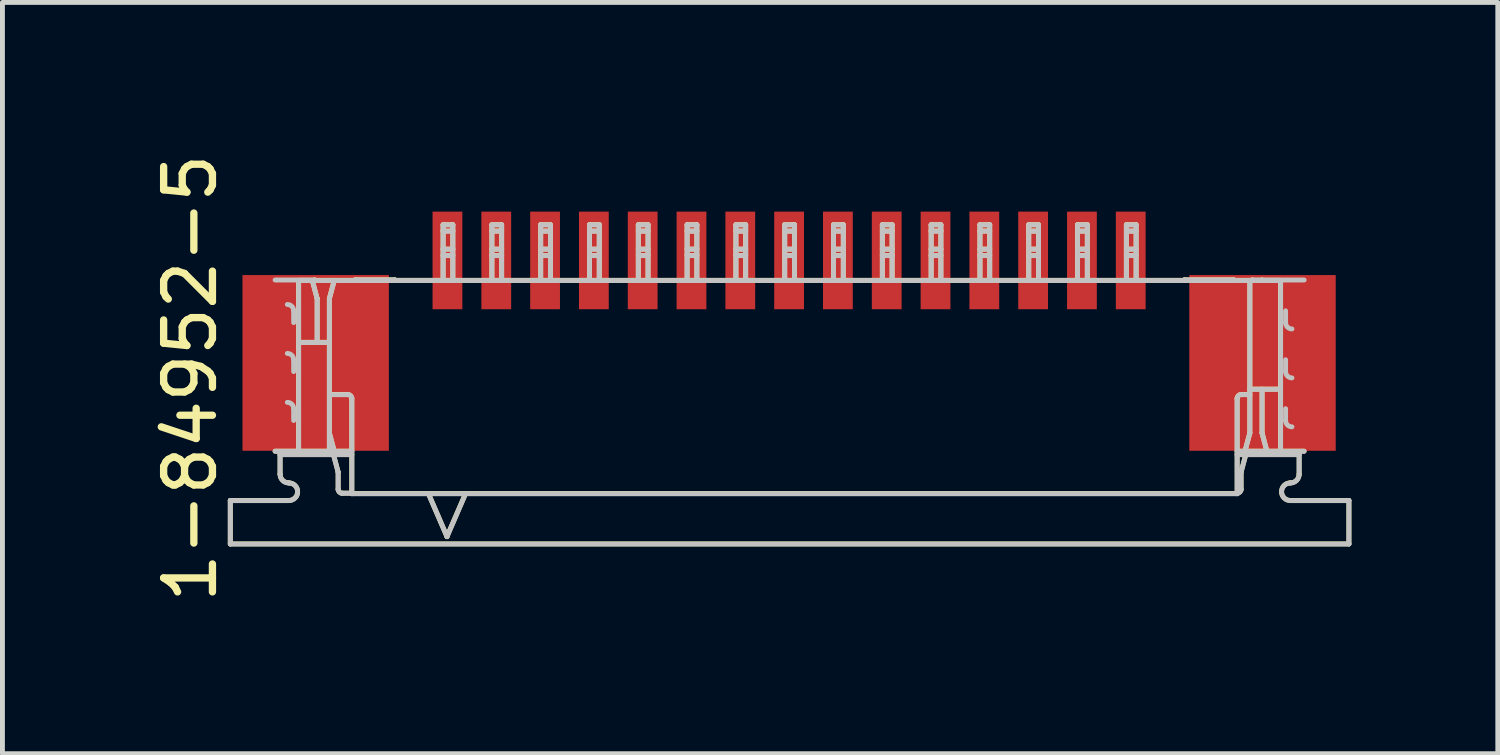
<source format=kicad_pcb>
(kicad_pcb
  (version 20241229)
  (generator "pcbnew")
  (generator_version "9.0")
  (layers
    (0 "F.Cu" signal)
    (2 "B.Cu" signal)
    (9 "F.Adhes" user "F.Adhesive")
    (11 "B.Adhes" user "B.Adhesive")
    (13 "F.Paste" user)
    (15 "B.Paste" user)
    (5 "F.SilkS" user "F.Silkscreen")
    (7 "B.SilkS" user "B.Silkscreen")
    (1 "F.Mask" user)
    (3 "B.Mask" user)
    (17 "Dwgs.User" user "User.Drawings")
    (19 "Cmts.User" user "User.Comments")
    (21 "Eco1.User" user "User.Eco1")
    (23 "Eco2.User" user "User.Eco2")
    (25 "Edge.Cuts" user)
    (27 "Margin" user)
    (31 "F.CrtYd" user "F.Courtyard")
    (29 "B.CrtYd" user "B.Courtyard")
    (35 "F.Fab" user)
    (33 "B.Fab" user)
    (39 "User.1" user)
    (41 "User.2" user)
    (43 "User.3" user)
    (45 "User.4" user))
  (footprint "1-84952-5"
    (layer "F.Cu")
    (at 13.148 4.496)
    (property "Reference" "1-84952-5" (at -12.3 0.2 90) (layer "F.SilkS") (effects (font (size 1 1) (thickness 0.15))))
    (attr through_hole)
    (fp_line (start -11.48 2.708) (end -11.48 3.598) (stroke (width 0.1) (type solid)) (layer "F.SilkS"))
    (fp_line (start -11.48 3.598) (end 11.44 3.598) (stroke (width 0.1) (type solid)) (layer "F.SilkS"))
    (fp_line (start -10.562 1.698) (end -9.45 1.698) (stroke (width 0.1) (type solid)) (layer "F.SilkS"))
    (fp_line (start -10.46 1.768) (end -10.46 2.167) (stroke (width 0.1) (type solid)) (layer "F.SilkS"))
    (fp_line (start -10.46 1.768) (end -8.99 1.768) (stroke (width 0.1) (type solid)) (layer "F.SilkS"))
    (fp_line (start -10.28 2.708) (end -11.48 2.708) (stroke (width 0.1) (type solid)) (layer "F.SilkS"))
    (fp_line (start -10.08 -1.802) (end 10.04 -1.802) (stroke (width 0.1) (type solid)) (layer "F.SilkS"))
    (fp_line (start -10.08 1.698) (end -10.08 -1.802) (stroke (width 0.1) (type solid)) (layer "F.SilkS"))
    (fp_line (start -9.8 -1.802) (end -9.7 -1.429) (stroke (width 0.1) (type solid)) (layer "F.SilkS"))
    (fp_line (start -9.749 -1.802) (end -9.752 -1.812) (stroke (width 0.1) (type solid)) (layer "F.SilkS"))
    (fp_line (start -9.7 -1.429) (end -9.7 -0.532) (stroke (width 0.1) (type solid)) (layer "F.SilkS"))
    (fp_line (start -9.45 -1.429) (end -9.35 -1.802) (stroke (width 0.1) (type solid)) (layer "F.SilkS"))
    (fp_line (start -9.45 -0.532) (end -10.08 -0.532) (stroke (width 0.1) (type solid)) (layer "F.SilkS"))
    (fp_line (start -9.45 1.324) (end -9.35 1.698) (stroke (width 0.1) (type solid)) (layer "F.SilkS"))
    (fp_line (start -9.45 1.698) (end -9.45 -1.429) (stroke (width 0.1) (type solid)) (layer "F.SilkS"))
    (fp_line (start -9.27 2.127) (end -9.366 1.768) (stroke (width 0.1) (type solid)) (layer "F.SilkS"))
    (fp_line (start -9.27 2.478) (end -9.27 2.127) (stroke (width 0.1) (type solid)) (layer "F.SilkS"))
    (fp_line (start -9.07 0.537) (end -9.45 0.537) (stroke (width 0.1) (type solid)) (layer "F.SilkS"))
    (fp_line (start -8.99 0.618) (end -8.99 2.567) (stroke (width 0.1) (type solid)) (layer "F.SilkS"))
    (fp_line (start -8.99 1.698) (end -9.35 1.698) (stroke (width 0.1) (type solid)) (layer "F.SilkS"))
    (fp_line (start -8.99 2.558) (end -9.19 2.558) (stroke (width 0.1) (type solid)) (layer "F.SilkS"))
    (fp_line (start -8.92 -1.812) (end -8.92 -1.802) (stroke (width 0.1) (type solid)) (layer "F.SilkS"))
    (fp_line (start -8.11 -1.812) (end -8.92 -1.812) (stroke (width 0.1) (type solid)) (layer "F.SilkS"))
    (fp_line (start -8.11 -1.812) (end -8.11 -1.802) (stroke (width 0.1) (type solid)) (layer "F.SilkS"))
    (fp_line (start -7.42 2.567) (end -7.04 3.447) (stroke (width 0.1) (type solid)) (layer "F.SilkS"))
    (fp_line (start -7.12 -2.942) (end -7.12 -1.802) (stroke (width 0.1) (type solid)) (layer "F.SilkS"))
    (fp_line (start -7.12 -2.942) (end -6.92 -2.942) (stroke (width 0.1) (type solid)) (layer "F.SilkS"))
    (fp_line (start -7.12 -2.812) (end -6.92 -2.812) (stroke (width 0.1) (type solid)) (layer "F.SilkS"))
    (fp_line (start -7.12 -2.442) (end -6.92 -2.442) (stroke (width 0.1) (type solid)) (layer "F.SilkS"))
    (fp_line (start -7.12 -2.312) (end -6.92 -2.312) (stroke (width 0.1) (type solid)) (layer "F.SilkS"))
    (fp_line (start -7.04 3.447) (end -6.66 2.567) (stroke (width 0.1) (type solid)) (layer "F.SilkS"))
    (fp_line (start -6.92 -2.942) (end -6.92 -1.802) (stroke (width 0.1) (type solid)) (layer "F.SilkS"))
    (fp_line (start -6.12 -2.942) (end -6.12 -1.802) (stroke (width 0.1) (type solid)) (layer "F.SilkS"))
    (fp_line (start -6.12 -2.942) (end -5.92 -2.942) (stroke (width 0.1) (type solid)) (layer "F.SilkS"))
    (fp_line (start -6.12 -2.812) (end -5.92 -2.812) (stroke (width 0.1) (type solid)) (layer "F.SilkS"))
    (fp_line (start -6.12 -2.442) (end -5.92 -2.442) (stroke (width 0.1) (type solid)) (layer "F.SilkS"))
    (fp_line (start -6.12 -2.312) (end -5.92 -2.312) (stroke (width 0.1) (type solid)) (layer "F.SilkS"))
    (fp_line (start -5.92 -2.942) (end -5.92 -1.802) (stroke (width 0.1) (type solid)) (layer "F.SilkS"))
    (fp_line (start -5.12 -2.942) (end -5.12 -1.802) (stroke (width 0.1) (type solid)) (layer "F.SilkS"))
    (fp_line (start -5.12 -2.942) (end -4.92 -2.942) (stroke (width 0.1) (type solid)) (layer "F.SilkS"))
    (fp_line (start -5.12 -2.812) (end -4.92 -2.812) (stroke (width 0.1) (type solid)) (layer "F.SilkS"))
    (fp_line (start -5.12 -2.442) (end -4.92 -2.442) (stroke (width 0.1) (type solid)) (layer "F.SilkS"))
    (fp_line (start -5.12 -2.312) (end -4.92 -2.312) (stroke (width 0.1) (type solid)) (layer "F.SilkS"))
    (fp_line (start -4.92 -2.942) (end -4.92 -1.802) (stroke (width 0.1) (type solid)) (layer "F.SilkS"))
    (fp_line (start -4.12 -2.942) (end -4.12 -1.802) (stroke (width 0.1) (type solid)) (layer "F.SilkS"))
    (fp_line (start -4.12 -2.942) (end -3.92 -2.942) (stroke (width 0.1) (type solid)) (layer "F.SilkS"))
    (fp_line (start -4.12 -2.812) (end -3.92 -2.812) (stroke (width 0.1) (type solid)) (layer "F.SilkS"))
    (fp_line (start -4.12 -2.442) (end -3.92 -2.442) (stroke (width 0.1) (type solid)) (layer "F.SilkS"))
    (fp_line (start -4.12 -2.312) (end -3.92 -2.312) (stroke (width 0.1) (type solid)) (layer "F.SilkS"))
    (fp_line (start -3.92 -2.942) (end -3.92 -1.802) (stroke (width 0.1) (type solid)) (layer "F.SilkS"))
    (fp_line (start -3.12 -2.942) (end -3.12 -1.802) (stroke (width 0.1) (type solid)) (layer "F.SilkS"))
    (fp_line (start -3.12 -2.942) (end -2.92 -2.942) (stroke (width 0.1) (type solid)) (layer "F.SilkS"))
    (fp_line (start -3.12 -2.812) (end -2.92 -2.812) (stroke (width 0.1) (type solid)) (layer "F.SilkS"))
    (fp_line (start -3.12 -2.442) (end -2.92 -2.442) (stroke (width 0.1) (type solid)) (layer "F.SilkS"))
    (fp_line (start -3.12 -2.312) (end -2.92 -2.312) (stroke (width 0.1) (type solid)) (layer "F.SilkS"))
    (fp_line (start -2.92 -2.942) (end -2.92 -1.802) (stroke (width 0.1) (type solid)) (layer "F.SilkS"))
    (fp_line (start -2.12 -2.942) (end -2.12 -1.802) (stroke (width 0.1) (type solid)) (layer "F.SilkS"))
    (fp_line (start -2.12 -2.942) (end -1.92 -2.942) (stroke (width 0.1) (type solid)) (layer "F.SilkS"))
    (fp_line (start -2.12 -2.812) (end -1.92 -2.812) (stroke (width 0.1) (type solid)) (layer "F.SilkS"))
    (fp_line (start -2.12 -2.442) (end -1.92 -2.442) (stroke (width 0.1) (type solid)) (layer "F.SilkS"))
    (fp_line (start -2.12 -2.312) (end -1.92 -2.312) (stroke (width 0.1) (type solid)) (layer "F.SilkS"))
    (fp_line (start -1.92 -2.942) (end -1.92 -1.802) (stroke (width 0.1) (type solid)) (layer "F.SilkS"))
    (fp_line (start -1.12 -2.942) (end -1.12 -1.802) (stroke (width 0.1) (type solid)) (layer "F.SilkS"))
    (fp_line (start -1.12 -2.942) (end -0.92 -2.942) (stroke (width 0.1) (type solid)) (layer "F.SilkS"))
    (fp_line (start -1.12 -2.812) (end -0.92 -2.812) (stroke (width 0.1) (type solid)) (layer "F.SilkS"))
    (fp_line (start -1.12 -2.442) (end -0.92 -2.442) (stroke (width 0.1) (type solid)) (layer "F.SilkS"))
    (fp_line (start -1.12 -2.312) (end -0.92 -2.312) (stroke (width 0.1) (type solid)) (layer "F.SilkS"))
    (fp_line (start -0.92 -2.942) (end -0.92 -1.802) (stroke (width 0.1) (type solid)) (layer "F.SilkS"))
    (fp_line (start -0.12 -2.942) (end -0.12 -1.802) (stroke (width 0.1) (type solid)) (layer "F.SilkS"))
    (fp_line (start -0.12 -2.942) (end 0.08 -2.942) (stroke (width 0.1) (type solid)) (layer "F.SilkS"))
    (fp_line (start -0.12 -2.812) (end 0.08 -2.812) (stroke (width 0.1) (type solid)) (layer "F.SilkS"))
    (fp_line (start -0.12 -2.442) (end 0.08 -2.442) (stroke (width 0.1) (type solid)) (layer "F.SilkS"))
    (fp_line (start -0.12 -2.312) (end 0.08 -2.312) (stroke (width 0.1) (type solid)) (layer "F.SilkS"))
    (fp_line (start 0.08 -2.942) (end 0.08 -1.802) (stroke (width 0.1) (type solid)) (layer "F.SilkS"))
    (fp_line (start 0.88 -2.942) (end 0.88 -1.802) (stroke (width 0.1) (type solid)) (layer "F.SilkS"))
    (fp_line (start 0.88 -2.942) (end 1.08 -2.942) (stroke (width 0.1) (type solid)) (layer "F.SilkS"))
    (fp_line (start 0.88 -2.812) (end 1.08 -2.812) (stroke (width 0.1) (type solid)) (layer "F.SilkS"))
    (fp_line (start 0.88 -2.442) (end 1.08 -2.442) (stroke (width 0.1) (type solid)) (layer "F.SilkS"))
    (fp_line (start 0.88 -2.312) (end 1.08 -2.312) (stroke (width 0.1) (type solid)) (layer "F.SilkS"))
    (fp_line (start 1.08 -2.942) (end 1.08 -1.802) (stroke (width 0.1) (type solid)) (layer "F.SilkS"))
    (fp_line (start 1.88 -2.942) (end 1.88 -1.802) (stroke (width 0.1) (type solid)) (layer "F.SilkS"))
    (fp_line (start 1.88 -2.942) (end 2.08 -2.942) (stroke (width 0.1) (type solid)) (layer "F.SilkS"))
    (fp_line (start 1.88 -2.812) (end 2.08 -2.812) (stroke (width 0.1) (type solid)) (layer "F.SilkS"))
    (fp_line (start 1.88 -2.442) (end 2.08 -2.442) (stroke (width 0.1) (type solid)) (layer "F.SilkS"))
    (fp_line (start 1.88 -2.312) (end 2.08 -2.312) (stroke (width 0.1) (type solid)) (layer "F.SilkS"))
    (fp_line (start 2.08 -2.942) (end 2.08 -1.802) (stroke (width 0.1) (type solid)) (layer "F.SilkS"))
    (fp_line (start 2.88 -2.942) (end 2.88 -1.802) (stroke (width 0.1) (type solid)) (layer "F.SilkS"))
    (fp_line (start 2.88 -2.942) (end 3.08 -2.942) (stroke (width 0.1) (type solid)) (layer "F.SilkS"))
    (fp_line (start 2.88 -2.812) (end 3.08 -2.812) (stroke (width 0.1) (type solid)) (layer "F.SilkS"))
    (fp_line (start 2.88 -2.442) (end 3.08 -2.442) (stroke (width 0.1) (type solid)) (layer "F.SilkS"))
    (fp_line (start 2.88 -2.312) (end 3.08 -2.312) (stroke (width 0.1) (type solid)) (layer "F.SilkS"))
    (fp_line (start 3.08 -2.942) (end 3.08 -1.802) (stroke (width 0.1) (type solid)) (layer "F.SilkS"))
    (fp_line (start 3.88 -2.942) (end 3.88 -1.802) (stroke (width 0.1) (type solid)) (layer "F.SilkS"))
    (fp_line (start 3.88 -2.942) (end 4.08 -2.942) (stroke (width 0.1) (type solid)) (layer "F.SilkS"))
    (fp_line (start 3.88 -2.812) (end 4.08 -2.812) (stroke (width 0.1) (type solid)) (layer "F.SilkS"))
    (fp_line (start 3.88 -2.442) (end 4.08 -2.442) (stroke (width 0.1) (type solid)) (layer "F.SilkS"))
    (fp_line (start 3.88 -2.312) (end 4.08 -2.312) (stroke (width 0.1) (type solid)) (layer "F.SilkS"))
    (fp_line (start 4.08 -2.942) (end 4.08 -1.802) (stroke (width 0.1) (type solid)) (layer "F.SilkS"))
    (fp_line (start 4.88 -2.942) (end 4.88 -1.802) (stroke (width 0.1) (type solid)) (layer "F.SilkS"))
    (fp_line (start 4.88 -2.942) (end 5.08 -2.942) (stroke (width 0.1) (type solid)) (layer "F.SilkS"))
    (fp_line (start 4.88 -2.812) (end 5.08 -2.812) (stroke (width 0.1) (type solid)) (layer "F.SilkS"))
    (fp_line (start 4.88 -2.442) (end 5.08 -2.442) (stroke (width 0.1) (type solid)) (layer "F.SilkS"))
    (fp_line (start 4.88 -2.312) (end 5.08 -2.312) (stroke (width 0.1) (type solid)) (layer "F.SilkS"))
    (fp_line (start 5.08 -2.942) (end 5.08 -1.802) (stroke (width 0.1) (type solid)) (layer "F.SilkS"))
    (fp_line (start 5.88 -2.942) (end 5.88 -1.802) (stroke (width 0.1) (type solid)) (layer "F.SilkS"))
    (fp_line (start 5.88 -2.942) (end 6.08 -2.942) (stroke (width 0.1) (type solid)) (layer "F.SilkS"))
    (fp_line (start 5.88 -2.812) (end 6.08 -2.812) (stroke (width 0.1) (type solid)) (layer "F.SilkS"))
    (fp_line (start 5.88 -2.442) (end 6.08 -2.442) (stroke (width 0.1) (type solid)) (layer "F.SilkS"))
    (fp_line (start 5.88 -2.312) (end 6.08 -2.312) (stroke (width 0.1) (type solid)) (layer "F.SilkS"))
    (fp_line (start 6.08 -2.942) (end 6.08 -1.802) (stroke (width 0.1) (type solid)) (layer "F.SilkS"))
    (fp_line (start 6.88 -2.942) (end 6.88 -1.802) (stroke (width 0.1) (type solid)) (layer "F.SilkS"))
    (fp_line (start 6.88 -2.942) (end 7.08 -2.942) (stroke (width 0.1) (type solid)) (layer "F.SilkS"))
    (fp_line (start 6.88 -2.812) (end 7.08 -2.812) (stroke (width 0.1) (type solid)) (layer "F.SilkS"))
    (fp_line (start 6.88 -2.442) (end 7.08 -2.442) (stroke (width 0.1) (type solid)) (layer "F.SilkS"))
    (fp_line (start 6.88 -2.312) (end 7.08 -2.312) (stroke (width 0.1) (type solid)) (layer "F.SilkS"))
    (fp_line (start 7.08 -2.942) (end 7.08 -1.802) (stroke (width 0.1) (type solid)) (layer "F.SilkS"))
    (fp_line (start 8.07 -1.812) (end 9.08 -1.812) (stroke (width 0.1) (type solid)) (layer "F.SilkS"))
    (fp_line (start 8.07 -1.802) (end 8.07 -1.812) (stroke (width 0.1) (type solid)) (layer "F.SilkS"))
    (fp_line (start 9.08 -1.802) (end 9.08 -1.812) (stroke (width 0.1) (type solid)) (layer "F.SilkS"))
    (fp_line (start 9.15 1.698) (end 10.522 1.698) (stroke (width 0.1) (type solid)) (layer "F.SilkS"))
    (fp_line (start 9.15 2.567) (end -8.99 2.567) (stroke (width 0.1) (type solid)) (layer "F.SilkS"))
    (fp_line (start 9.15 2.567) (end 9.15 0.618) (stroke (width 0.1) (type solid)) (layer "F.SilkS"))
    (fp_line (start 9.23 2.127) (end 9.23 2.478) (stroke (width 0.1) (type solid)) (layer "F.SilkS"))
    (fp_line (start 9.326 1.768) (end 9.23 2.127) (stroke (width 0.1) (type solid)) (layer "F.SilkS"))
    (fp_line (start 9.41 0.427) (end 10.04 0.427) (stroke (width 0.1) (type solid)) (layer "F.SilkS"))
    (fp_line (start 9.41 0.537) (end 9.23 0.537) (stroke (width 0.1) (type solid)) (layer "F.SilkS"))
    (fp_line (start 9.41 1.324) (end 9.31 1.698) (stroke (width 0.1) (type solid)) (layer "F.SilkS"))
    (fp_line (start 9.41 1.324) (end 9.41 -1.802) (stroke (width 0.1) (type solid)) (layer "F.SilkS"))
    (fp_line (start 9.462 -1.802) (end 9.462 -1.812) (stroke (width 0.1) (type solid)) (layer "F.SilkS"))
    (fp_line (start 9.66 -1.812) (end 9.66 -1.802) (stroke (width 0.1) (type solid)) (layer "F.SilkS"))
    (fp_line (start 9.66 0.427) (end 9.66 1.324) (stroke (width 0.1) (type solid)) (layer "F.SilkS"))
    (fp_line (start 9.76 1.698) (end 9.66 1.324) (stroke (width 0.1) (type solid)) (layer "F.SilkS"))
    (fp_line (start 10.04 1.698) (end 10.04 -1.802) (stroke (width 0.1) (type solid)) (layer "F.SilkS"))
    (fp_line (start 10.42 1.768) (end 9.15 1.768) (stroke (width 0.1) (type solid)) (layer "F.SilkS"))
    (fp_line (start 10.42 2.167) (end 10.42 1.768) (stroke (width 0.1) (type solid)) (layer "F.SilkS"))
    (fp_line (start 11.44 2.708) (end 10.24 2.708) (stroke (width 0.1) (type solid)) (layer "F.SilkS"))
    (fp_line (start 11.44 3.598) (end 11.44 2.708) (stroke (width 0.1) (type solid)) (layer "F.SilkS"))
    (fp_arc (start -10.28 2.3475) (mid -10.407279 2.294779) (end -10.46 2.1675) (stroke (width 0.1) (type solid)) (layer "F.SilkS"))
    (fp_arc (start -10.28 2.3475) (mid -10.1 2.5275) (end -10.28 2.7075) (stroke (width 0.1) (type solid)) (layer "F.SilkS"))
    (fp_arc (start -9.19 2.5575) (mid -9.246569 2.534069) (end -9.27 2.4775) (stroke (width 0.1) (type solid)) (layer "F.SilkS"))
    (fp_arc (start -9.07 0.5375) (mid -9.013431 0.560931) (end -8.99 0.6175) (stroke (width 0.1) (type solid)) (layer "F.SilkS"))
    (fp_arc (start 9.15 0.6175) (mid 9.173431 0.560931) (end 9.23 0.5375) (stroke (width 0.1) (type solid)) (layer "F.SilkS"))
    (fp_arc (start 9.23 2.4775) (mid 9.206569 2.534069) (end 9.15 2.5575) (stroke (width 0.1) (type solid)) (layer "F.SilkS"))
    (fp_arc (start 10.24 2.7075) (mid 10.06 2.5275) (end 10.24 2.3475) (stroke (width 0.1) (type solid)) (layer "F.SilkS"))
    (fp_arc (start 10.42 2.1675) (mid 10.367279 2.294779) (end 10.24 2.3475) (stroke (width 0.1) (type solid)) (layer "F.SilkS"))
    (fp_line (start -11.479 2.711) (end -11.479 3.601) (stroke (width 0.1) (type solid)) (layer "Dwgs.User"))
    (fp_line (start -11.479 3.601) (end 11.441 3.601) (stroke (width 0.1) (type solid)) (layer "Dwgs.User"))
    (fp_line (start -10.561 1.701) (end -9.449 1.701) (stroke (width 0.1) (type solid)) (layer "Dwgs.User"))
    (fp_line (start -10.459 1.771) (end -10.459 2.171) (stroke (width 0.1) (type solid)) (layer "Dwgs.User"))
    (fp_line (start -10.459 1.771) (end -8.989 1.771) (stroke (width 0.1) (type solid)) (layer "Dwgs.User"))
    (fp_line (start -10.279 2.711) (end -11.479 2.711) (stroke (width 0.1) (type solid)) (layer "Dwgs.User"))
    (fp_line (start -10.181 -1.177) (end -10.181 -0.936) (stroke (width 0.1) (type solid)) (layer "Dwgs.User"))
    (fp_line (start -10.181 -0.175) (end -10.181 0.067) (stroke (width 0.1) (type solid)) (layer "Dwgs.User"))
    (fp_line (start -10.181 0.828) (end -10.181 1.07) (stroke (width 0.1) (type solid)) (layer "Dwgs.User"))
    (fp_line (start -10.079 -1.799) (end 10.041 -1.799) (stroke (width 0.1) (type solid)) (layer "Dwgs.User"))
    (fp_line (start -10.079 1.701) (end -10.079 -1.799) (stroke (width 0.1) (type solid)) (layer "Dwgs.User"))
    (fp_line (start -9.799 -1.799) (end -9.699 -1.426) (stroke (width 0.1) (type solid)) (layer "Dwgs.User"))
    (fp_line (start -9.751 -1.809) (end -10.561 -1.809) (stroke (width 0.1) (type solid)) (layer "Dwgs.User"))
    (fp_line (start -9.748 -1.799) (end -9.751 -1.809) (stroke (width 0.1) (type solid)) (layer "Dwgs.User"))
    (fp_line (start -9.699 -1.426) (end -9.699 -0.529) (stroke (width 0.1) (type solid)) (layer "Dwgs.User"))
    (fp_line (start -9.449 -1.426) (end -9.349 -1.799) (stroke (width 0.1) (type solid)) (layer "Dwgs.User"))
    (fp_line (start -9.449 -0.529) (end -10.079 -0.529) (stroke (width 0.1) (type solid)) (layer "Dwgs.User"))
    (fp_line (start -9.449 1.328) (end -9.349 1.701) (stroke (width 0.1) (type solid)) (layer "Dwgs.User"))
    (fp_line (start -9.449 1.701) (end -9.449 -1.426) (stroke (width 0.1) (type solid)) (layer "Dwgs.User"))
    (fp_line (start -9.269 2.131) (end -9.365 1.771) (stroke (width 0.1) (type solid)) (layer "Dwgs.User"))
    (fp_line (start -9.269 2.481) (end -9.269 2.131) (stroke (width 0.1) (type solid)) (layer "Dwgs.User"))
    (fp_line (start -9.069 0.541) (end -9.449 0.541) (stroke (width 0.1) (type solid)) (layer "Dwgs.User"))
    (fp_line (start -8.989 0.621) (end -8.989 2.571) (stroke (width 0.1) (type solid)) (layer "Dwgs.User"))
    (fp_line (start -8.989 1.701) (end -9.349 1.701) (stroke (width 0.1) (type solid)) (layer "Dwgs.User"))
    (fp_line (start -8.989 2.561) (end -9.189 2.561) (stroke (width 0.1) (type solid)) (layer "Dwgs.User"))
    (fp_line (start -8.919 -1.809) (end -8.919 -1.799) (stroke (width 0.1) (type solid)) (layer "Dwgs.User"))
    (fp_line (start -8.109 -1.809) (end -8.919 -1.809) (stroke (width 0.1) (type solid)) (layer "Dwgs.User"))
    (fp_line (start -8.109 -1.809) (end -8.109 -1.799) (stroke (width 0.1) (type solid)) (layer "Dwgs.User"))
    (fp_line (start -7.419 2.571) (end -7.039 3.451) (stroke (width 0.1) (type solid)) (layer "Dwgs.User"))
    (fp_line (start -7.119 -2.939) (end -7.119 -1.799) (stroke (width 0.1) (type solid)) (layer "Dwgs.User"))
    (fp_line (start -7.119 -2.939) (end -6.919 -2.939) (stroke (width 0.1) (type solid)) (layer "Dwgs.User"))
    (fp_line (start -7.119 -2.809) (end -6.919 -2.809) (stroke (width 0.1) (type solid)) (layer "Dwgs.User"))
    (fp_line (start -7.119 -2.439) (end -6.919 -2.439) (stroke (width 0.1) (type solid)) (layer "Dwgs.User"))
    (fp_line (start -7.119 -2.309) (end -6.919 -2.309) (stroke (width 0.1) (type solid)) (layer "Dwgs.User"))
    (fp_line (start -7.039 3.451) (end -6.659 2.571) (stroke (width 0.1) (type solid)) (layer "Dwgs.User"))
    (fp_line (start -6.919 -2.939) (end -6.919 -1.799) (stroke (width 0.1) (type solid)) (layer "Dwgs.User"))
    (fp_line (start -6.119 -2.939) (end -6.119 -1.799) (stroke (width 0.1) (type solid)) (layer "Dwgs.User"))
    (fp_line (start -6.119 -2.939) (end -5.919 -2.939) (stroke (width 0.1) (type solid)) (layer "Dwgs.User"))
    (fp_line (start -6.119 -2.809) (end -5.919 -2.809) (stroke (width 0.1) (type solid)) (layer "Dwgs.User"))
    (fp_line (start -6.119 -2.439) (end -5.919 -2.439) (stroke (width 0.1) (type solid)) (layer "Dwgs.User"))
    (fp_line (start -6.119 -2.309) (end -5.919 -2.309) (stroke (width 0.1) (type solid)) (layer "Dwgs.User"))
    (fp_line (start -5.919 -2.939) (end -5.919 -1.799) (stroke (width 0.1) (type solid)) (layer "Dwgs.User"))
    (fp_line (start -5.119 -2.939) (end -5.119 -1.799) (stroke (width 0.1) (type solid)) (layer "Dwgs.User"))
    (fp_line (start -5.119 -2.939) (end -4.919 -2.939) (stroke (width 0.1) (type solid)) (layer "Dwgs.User"))
    (fp_line (start -5.119 -2.809) (end -4.919 -2.809) (stroke (width 0.1) (type solid)) (layer "Dwgs.User"))
    (fp_line (start -5.119 -2.439) (end -4.919 -2.439) (stroke (width 0.1) (type solid)) (layer "Dwgs.User"))
    (fp_line (start -5.119 -2.309) (end -4.919 -2.309) (stroke (width 0.1) (type solid)) (layer "Dwgs.User"))
    (fp_line (start -4.919 -2.939) (end -4.919 -1.799) (stroke (width 0.1) (type solid)) (layer "Dwgs.User"))
    (fp_line (start -4.119 -2.939) (end -4.119 -1.799) (stroke (width 0.1) (type solid)) (layer "Dwgs.User"))
    (fp_line (start -4.119 -2.939) (end -3.919 -2.939) (stroke (width 0.1) (type solid)) (layer "Dwgs.User"))
    (fp_line (start -4.119 -2.809) (end -3.919 -2.809) (stroke (width 0.1) (type solid)) (layer "Dwgs.User"))
    (fp_line (start -4.119 -2.439) (end -3.919 -2.439) (stroke (width 0.1) (type solid)) (layer "Dwgs.User"))
    (fp_line (start -4.119 -2.309) (end -3.919 -2.309) (stroke (width 0.1) (type solid)) (layer "Dwgs.User"))
    (fp_line (start -3.919 -2.939) (end -3.919 -1.799) (stroke (width 0.1) (type solid)) (layer "Dwgs.User"))
    (fp_line (start -3.119 -2.939) (end -3.119 -1.799) (stroke (width 0.1) (type solid)) (layer "Dwgs.User"))
    (fp_line (start -3.119 -2.939) (end -2.919 -2.939) (stroke (width 0.1) (type solid)) (layer "Dwgs.User"))
    (fp_line (start -3.119 -2.809) (end -2.919 -2.809) (stroke (width 0.1) (type solid)) (layer "Dwgs.User"))
    (fp_line (start -3.119 -2.439) (end -2.919 -2.439) (stroke (width 0.1) (type solid)) (layer "Dwgs.User"))
    (fp_line (start -3.119 -2.309) (end -2.919 -2.309) (stroke (width 0.1) (type solid)) (layer "Dwgs.User"))
    (fp_line (start -2.919 -2.939) (end -2.919 -1.799) (stroke (width 0.1) (type solid)) (layer "Dwgs.User"))
    (fp_line (start -2.119 -2.939) (end -2.119 -1.799) (stroke (width 0.1) (type solid)) (layer "Dwgs.User"))
    (fp_line (start -2.119 -2.939) (end -1.919 -2.939) (stroke (width 0.1) (type solid)) (layer "Dwgs.User"))
    (fp_line (start -2.119 -2.809) (end -1.919 -2.809) (stroke (width 0.1) (type solid)) (layer "Dwgs.User"))
    (fp_line (start -2.119 -2.439) (end -1.919 -2.439) (stroke (width 0.1) (type solid)) (layer "Dwgs.User"))
    (fp_line (start -2.119 -2.309) (end -1.919 -2.309) (stroke (width 0.1) (type solid)) (layer "Dwgs.User"))
    (fp_line (start -1.919 -2.939) (end -1.919 -1.799) (stroke (width 0.1) (type solid)) (layer "Dwgs.User"))
    (fp_line (start -1.119 -2.939) (end -1.119 -1.799) (stroke (width 0.1) (type solid)) (layer "Dwgs.User"))
    (fp_line (start -1.119 -2.939) (end -0.919 -2.939) (stroke (width 0.1) (type solid)) (layer "Dwgs.User"))
    (fp_line (start -1.119 -2.809) (end -0.919 -2.809) (stroke (width 0.1) (type solid)) (layer "Dwgs.User"))
    (fp_line (start -1.119 -2.439) (end -0.919 -2.439) (stroke (width 0.1) (type solid)) (layer "Dwgs.User"))
    (fp_line (start -1.119 -2.309) (end -0.919 -2.309) (stroke (width 0.1) (type solid)) (layer "Dwgs.User"))
    (fp_line (start -0.919 -2.939) (end -0.919 -1.799) (stroke (width 0.1) (type solid)) (layer "Dwgs.User"))
    (fp_line (start -0.119 -2.939) (end -0.119 -1.799) (stroke (width 0.1) (type solid)) (layer "Dwgs.User"))
    (fp_line (start -0.119 -2.939) (end 0.081 -2.939) (stroke (width 0.1) (type solid)) (layer "Dwgs.User"))
    (fp_line (start -0.119 -2.809) (end 0.081 -2.809) (stroke (width 0.1) (type solid)) (layer "Dwgs.User"))
    (fp_line (start -0.119 -2.439) (end 0.081 -2.439) (stroke (width 0.1) (type solid)) (layer "Dwgs.User"))
    (fp_line (start -0.119 -2.309) (end 0.081 -2.309) (stroke (width 0.1) (type solid)) (layer "Dwgs.User"))
    (fp_line (start 0.081 -2.939) (end 0.081 -1.799) (stroke (width 0.1) (type solid)) (layer "Dwgs.User"))
    (fp_line (start 0.881 -2.939) (end 0.881 -1.799) (stroke (width 0.1) (type solid)) (layer "Dwgs.User"))
    (fp_line (start 0.881 -2.939) (end 1.081 -2.939) (stroke (width 0.1) (type solid)) (layer "Dwgs.User"))
    (fp_line (start 0.881 -2.809) (end 1.081 -2.809) (stroke (width 0.1) (type solid)) (layer "Dwgs.User"))
    (fp_line (start 0.881 -2.439) (end 1.081 -2.439) (stroke (width 0.1) (type solid)) (layer "Dwgs.User"))
    (fp_line (start 0.881 -2.309) (end 1.081 -2.309) (stroke (width 0.1) (type solid)) (layer "Dwgs.User"))
    (fp_line (start 1.081 -2.939) (end 1.081 -1.799) (stroke (width 0.1) (type solid)) (layer "Dwgs.User"))
    (fp_line (start 1.881 -2.939) (end 1.881 -1.799) (stroke (width 0.1) (type solid)) (layer "Dwgs.User"))
    (fp_line (start 1.881 -2.939) (end 2.081 -2.939) (stroke (width 0.1) (type solid)) (layer "Dwgs.User"))
    (fp_line (start 1.881 -2.809) (end 2.081 -2.809) (stroke (width 0.1) (type solid)) (layer "Dwgs.User"))
    (fp_line (start 1.881 -2.439) (end 2.081 -2.439) (stroke (width 0.1) (type solid)) (layer "Dwgs.User"))
    (fp_line (start 1.881 -2.309) (end 2.081 -2.309) (stroke (width 0.1) (type solid)) (layer "Dwgs.User"))
    (fp_line (start 2.081 -2.939) (end 2.081 -1.799) (stroke (width 0.1) (type solid)) (layer "Dwgs.User"))
    (fp_line (start 2.881 -2.939) (end 2.881 -1.799) (stroke (width 0.1) (type solid)) (layer "Dwgs.User"))
    (fp_line (start 2.881 -2.939) (end 3.081 -2.939) (stroke (width 0.1) (type solid)) (layer "Dwgs.User"))
    (fp_line (start 2.881 -2.809) (end 3.081 -2.809) (stroke (width 0.1) (type solid)) (layer "Dwgs.User"))
    (fp_line (start 2.881 -2.439) (end 3.081 -2.439) (stroke (width 0.1) (type solid)) (layer "Dwgs.User"))
    (fp_line (start 2.881 -2.309) (end 3.081 -2.309) (stroke (width 0.1) (type solid)) (layer "Dwgs.User"))
    (fp_line (start 3.081 -2.939) (end 3.081 -1.799) (stroke (width 0.1) (type solid)) (layer "Dwgs.User"))
    (fp_line (start 3.881 -2.939) (end 3.881 -1.799) (stroke (width 0.1) (type solid)) (layer "Dwgs.User"))
    (fp_line (start 3.881 -2.939) (end 4.081 -2.939) (stroke (width 0.1) (type solid)) (layer "Dwgs.User"))
    (fp_line (start 3.881 -2.809) (end 4.081 -2.809) (stroke (width 0.1) (type solid)) (layer "Dwgs.User"))
    (fp_line (start 3.881 -2.439) (end 4.081 -2.439) (stroke (width 0.1) (type solid)) (layer "Dwgs.User"))
    (fp_line (start 3.881 -2.309) (end 4.081 -2.309) (stroke (width 0.1) (type solid)) (layer "Dwgs.User"))
    (fp_line (start 4.081 -2.939) (end 4.081 -1.799) (stroke (width 0.1) (type solid)) (layer "Dwgs.User"))
    (fp_line (start 4.881 -2.939) (end 4.881 -1.799) (stroke (width 0.1) (type solid)) (layer "Dwgs.User"))
    (fp_line (start 4.881 -2.939) (end 5.081 -2.939) (stroke (width 0.1) (type solid)) (layer "Dwgs.User"))
    (fp_line (start 4.881 -2.809) (end 5.081 -2.809) (stroke (width 0.1) (type solid)) (layer "Dwgs.User"))
    (fp_line (start 4.881 -2.439) (end 5.081 -2.439) (stroke (width 0.1) (type solid)) (layer "Dwgs.User"))
    (fp_line (start 4.881 -2.309) (end 5.081 -2.309) (stroke (width 0.1) (type solid)) (layer "Dwgs.User"))
    (fp_line (start 5.081 -2.939) (end 5.081 -1.799) (stroke (width 0.1) (type solid)) (layer "Dwgs.User"))
    (fp_line (start 5.881 -2.939) (end 5.881 -1.799) (stroke (width 0.1) (type solid)) (layer "Dwgs.User"))
    (fp_line (start 5.881 -2.939) (end 6.081 -2.939) (stroke (width 0.1) (type solid)) (layer "Dwgs.User"))
    (fp_line (start 5.881 -2.809) (end 6.081 -2.809) (stroke (width 0.1) (type solid)) (layer "Dwgs.User"))
    (fp_line (start 5.881 -2.439) (end 6.081 -2.439) (stroke (width 0.1) (type solid)) (layer "Dwgs.User"))
    (fp_line (start 5.881 -2.309) (end 6.081 -2.309) (stroke (width 0.1) (type solid)) (layer "Dwgs.User"))
    (fp_line (start 6.081 -2.939) (end 6.081 -1.799) (stroke (width 0.1) (type solid)) (layer "Dwgs.User"))
    (fp_line (start 6.881 -2.939) (end 6.881 -1.799) (stroke (width 0.1) (type solid)) (layer "Dwgs.User"))
    (fp_line (start 6.881 -2.939) (end 7.081 -2.939) (stroke (width 0.1) (type solid)) (layer "Dwgs.User"))
    (fp_line (start 6.881 -2.809) (end 7.081 -2.809) (stroke (width 0.1) (type solid)) (layer "Dwgs.User"))
    (fp_line (start 6.881 -2.439) (end 7.081 -2.439) (stroke (width 0.1) (type solid)) (layer "Dwgs.User"))
    (fp_line (start 6.881 -2.309) (end 7.081 -2.309) (stroke (width 0.1) (type solid)) (layer "Dwgs.User"))
    (fp_line (start 7.081 -2.939) (end 7.081 -1.799) (stroke (width 0.1) (type solid)) (layer "Dwgs.User"))
    (fp_line (start 8.071 -1.809) (end 9.081 -1.809) (stroke (width 0.1) (type solid)) (layer "Dwgs.User"))
    (fp_line (start 8.071 -1.799) (end 8.071 -1.809) (stroke (width 0.1) (type solid)) (layer "Dwgs.User"))
    (fp_line (start 9.081 -1.799) (end 9.081 -1.809) (stroke (width 0.1) (type solid)) (layer "Dwgs.User"))
    (fp_line (start 9.151 1.701) (end 10.523 1.701) (stroke (width 0.1) (type solid)) (layer "Dwgs.User"))
    (fp_line (start 9.151 2.571) (end -8.989 2.571) (stroke (width 0.1) (type solid)) (layer "Dwgs.User"))
    (fp_line (start 9.151 2.571) (end 9.151 0.621) (stroke (width 0.1) (type solid)) (layer "Dwgs.User"))
    (fp_line (start 9.231 2.131) (end 9.231 2.481) (stroke (width 0.1) (type solid)) (layer "Dwgs.User"))
    (fp_line (start 9.328 1.771) (end 9.231 2.131) (stroke (width 0.1) (type solid)) (layer "Dwgs.User"))
    (fp_line (start 9.411 0.431) (end 10.041 0.431) (stroke (width 0.1) (type solid)) (layer "Dwgs.User"))
    (fp_line (start 9.411 0.541) (end 9.231 0.541) (stroke (width 0.1) (type solid)) (layer "Dwgs.User"))
    (fp_line (start 9.411 1.328) (end 9.311 1.701) (stroke (width 0.1) (type solid)) (layer "Dwgs.User"))
    (fp_line (start 9.411 1.328) (end 9.411 -1.799) (stroke (width 0.1) (type solid)) (layer "Dwgs.User"))
    (fp_line (start 9.463 -1.809) (end 10.523 -1.809) (stroke (width 0.1) (type solid)) (layer "Dwgs.User"))
    (fp_line (start 9.463 -1.799) (end 9.463 -1.809) (stroke (width 0.1) (type solid)) (layer "Dwgs.User"))
    (fp_line (start 9.661 -1.809) (end 9.661 -1.799) (stroke (width 0.1) (type solid)) (layer "Dwgs.User"))
    (fp_line (start 9.661 0.431) (end 9.661 1.328) (stroke (width 0.1) (type solid)) (layer "Dwgs.User"))
    (fp_line (start 9.761 1.701) (end 9.661 1.328) (stroke (width 0.1) (type solid)) (layer "Dwgs.User"))
    (fp_line (start 10.041 1.701) (end 10.041 -1.799) (stroke (width 0.1) (type solid)) (layer "Dwgs.User"))
    (fp_line (start 10.143 -0.936) (end 10.143 -1.177) (stroke (width 0.1) (type solid)) (layer "Dwgs.User"))
    (fp_line (start 10.143 0.067) (end 10.143 -0.175) (stroke (width 0.1) (type solid)) (layer "Dwgs.User"))
    (fp_line (start 10.143 1.07) (end 10.143 0.828) (stroke (width 0.1) (type solid)) (layer "Dwgs.User"))
    (fp_line (start 10.421 1.771) (end 9.151 1.771) (stroke (width 0.1) (type solid)) (layer "Dwgs.User"))
    (fp_line (start 10.421 2.171) (end 10.421 1.771) (stroke (width 0.1) (type solid)) (layer "Dwgs.User"))
    (fp_line (start 11.441 2.711) (end 10.241 2.711) (stroke (width 0.1) (type solid)) (layer "Dwgs.User"))
    (fp_line (start 11.441 3.601) (end 11.441 2.711) (stroke (width 0.1) (type solid)) (layer "Dwgs.User"))
    (fp_arc (start -10.3109 -1.307471) (mid -10.218976 -1.269395) (end -10.1809 -1.177471) (stroke (width 0.1) (type solid)) (layer "Dwgs.User"))
    (fp_arc (start -10.3109 -0.304614) (mid -10.218976 -0.266538) (end -10.1809 -0.174614) (stroke (width 0.1) (type solid)) (layer "Dwgs.User"))
    (fp_arc (start -10.3109 0.698243) (mid -10.218976 0.736319) (end -10.1809 0.828243) (stroke (width 0.1) (type solid)) (layer "Dwgs.User"))
    (fp_arc (start -10.2789 2.3511) (mid -10.406179 2.298379) (end -10.4589 2.1711) (stroke (width 0.1) (type solid)) (layer "Dwgs.User"))
    (fp_arc (start -10.2789 2.3511) (mid -10.0989 2.5311) (end -10.2789 2.7111) (stroke (width 0.1) (type solid)) (layer "Dwgs.User"))
    (fp_arc (start -9.1889 2.5611) (mid -9.245469 2.537669) (end -9.2689 2.4811) (stroke (width 0.1) (type solid)) (layer "Dwgs.User"))
    (fp_arc (start -9.0689 0.5411) (mid -9.012331 0.564531) (end -8.9889 0.6211) (stroke (width 0.1) (type solid)) (layer "Dwgs.User"))
    (fp_arc (start 9.1511 0.6211) (mid 9.174531 0.564531) (end 9.2311 0.5411) (stroke (width 0.1) (type solid)) (layer "Dwgs.User"))
    (fp_arc (start 9.2311 2.4811) (mid 9.207669 2.537669) (end 9.1511 2.5611) (stroke (width 0.1) (type solid)) (layer "Dwgs.User"))
    (fp_arc (start 10.2411 2.7111) (mid 10.0611 2.5311) (end 10.2411 2.3511) (stroke (width 0.1) (type solid)) (layer "Dwgs.User"))
    (fp_arc (start 10.2731 -0.806043) (mid 10.181176 -0.844119) (end 10.1431 -0.936043) (stroke (width 0.1) (type solid)) (layer "Dwgs.User"))
    (fp_arc (start 10.2731 0.196814) (mid 10.181176 0.158738) (end 10.1431 0.066814) (stroke (width 0.1) (type solid)) (layer "Dwgs.User"))
    (fp_arc (start 10.2731 1.199671) (mid 10.181176 1.161595) (end 10.1431 1.069671) (stroke (width 0.1) (type solid)) (layer "Dwgs.User"))
    (fp_arc (start 10.4211 2.1711) (mid 10.368379 2.298379) (end 10.2411 2.3511) (stroke (width 0.1) (type solid)) (layer "Dwgs.User"))
    (pad "" smd rect (at -9.73 -0.11) (size 3 3.6) (layers "F.Cu" "F.Mask" "F.Paste"))
    (pad "" smd rect (at 9.67 -0.11) (size 3 3.6) (layers "F.Cu" "F.Mask" "F.Paste"))
    (pad "1" smd rect (at -7.03 -2.21) (size 0.61 2) (layers "F.Cu" "F.Mask" "F.Paste"))
    (pad "2" smd rect (at -6.03 -2.21) (size 0.61 2) (layers "F.Cu" "F.Mask" "F.Paste"))
    (pad "3" smd rect (at -5.03 -2.21) (size 0.61 2) (layers "F.Cu" "F.Mask" "F.Paste"))
    (pad "4" smd rect (at -4.03 -2.21) (size 0.61 2) (layers "F.Cu" "F.Mask" "F.Paste"))
    (pad "5" smd rect (at -3.03 -2.21) (size 0.61 2) (layers "F.Cu" "F.Mask" "F.Paste"))
    (pad "6" smd rect (at -2.03 -2.21) (size 0.61 2) (layers "F.Cu" "F.Mask" "F.Paste"))
    (pad "7" smd rect (at -1.03 -2.21) (size 0.61 2) (layers "F.Cu" "F.Mask" "F.Paste"))
    (pad "8" smd rect (at -0.03 -2.21) (size 0.61 2) (layers "F.Cu" "F.Mask" "F.Paste"))
    (pad "9" smd rect (at 0.97 -2.21) (size 0.61 2) (layers "F.Cu" "F.Mask" "F.Paste"))
    (pad "10" smd rect (at 1.97 -2.21) (size 0.61 2) (layers "F.Cu" "F.Mask" "F.Paste"))
    (pad "11" smd rect (at 2.97 -2.21) (size 0.61 2) (layers "F.Cu" "F.Mask" "F.Paste"))
    (pad "12" smd rect (at 3.97 -2.21) (size 0.61 2) (layers "F.Cu" "F.Mask" "F.Paste"))
    (pad "13" smd rect (at 4.97 -2.21) (size 0.61 2) (layers "F.Cu" "F.Mask" "F.Paste"))
    (pad "14" smd rect (at 5.97 -2.21) (size 0.61 2) (layers "F.Cu" "F.Mask" "F.Paste"))
    (pad "15" smd rect (at 6.97 -2.21) (size 0.61 2) (layers "F.Cu" "F.Mask" "F.Paste")))
  (gr_rect
    (start -3 -3)
    (end 27.639 12.393)
    (stroke (width 0.1) (type default))
    (fill no)
    (layer "Edge.Cuts")))
</source>
